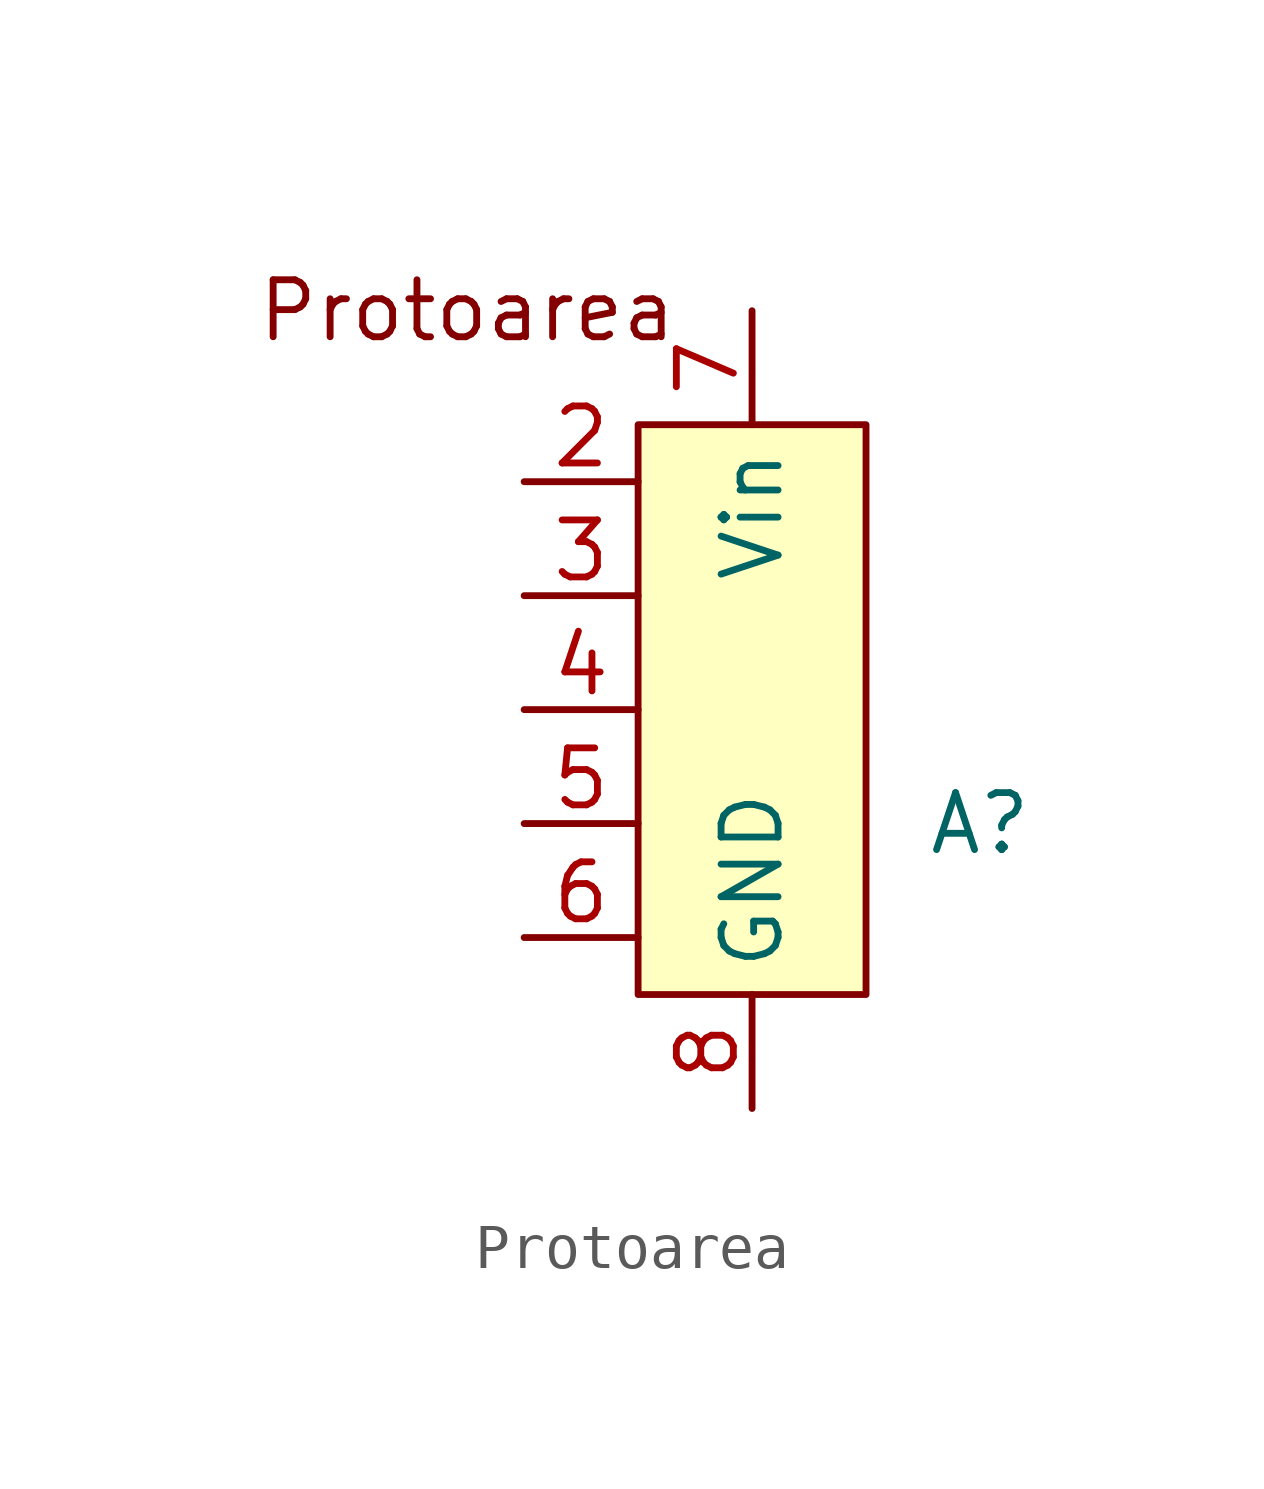
<source format=kicad_sym>
(kicad_symbol_lib
  (version 20220914)
  (generator kicad_symbol_editor)
  (symbol "Protoarea"
    (property "Reference" "A"
      (at 5.08 -2.54 0)
      (effects (font (size 1.27 1.27))))
    (property "Value" ""
      (at 0 0 0)
      (effects (font (size 1.27 1.27))))
    (symbol "Protoarea_1_1"
      (rectangle (start -2.54 6.35) (end 2.54 -6.35) (stroke (width 0) (type default)) (fill (type background)))
      (text "Protoarea" (at -6.35 8.89 0) (effects (font (size 1.27 1.27))))
      (pin output line (at -5.08 5.08 0) (length 2.54) (name "" (effects (font (size 1.27 1.27)))) (number "2" (effects (font (size 1.27 1.27)))))
      (pin input line (at -5.08 2.54 0) (length 2.54) (name "" (effects (font (size 1.27 1.27)))) (number "3" (effects (font (size 1.27 1.27)))))
      (pin input line (at -5.08 0 0) (length 2.54) (name "" (effects (font (size 1.27 1.27)))) (number "4" (effects (font (size 1.27 1.27)))))
      (pin input line (at -5.08 -2.54 0) (length 2.54) (name "" (effects (font (size 1.27 1.27)))) (number "5" (effects (font (size 1.27 1.27)))))
      (pin input line (at -5.08 -5.08 0) (length 2.54) (name "" (effects (font (size 1.27 1.27)))) (number "6" (effects (font (size 1.27 1.27)))))
      (pin power_in line (at 0 8.89 270) (length 2.54) (name "Vin" (effects (font (size 1.27 1.27)))) (number "7" (effects (font (size 1.27 1.27)))))
      (pin power_in line (at 0 -8.89 90) (length 2.54) (name "GND" (effects (font (size 1.27 1.27)))) (number "8" (effects (font (size 1.27 1.27))))))))
</source>
